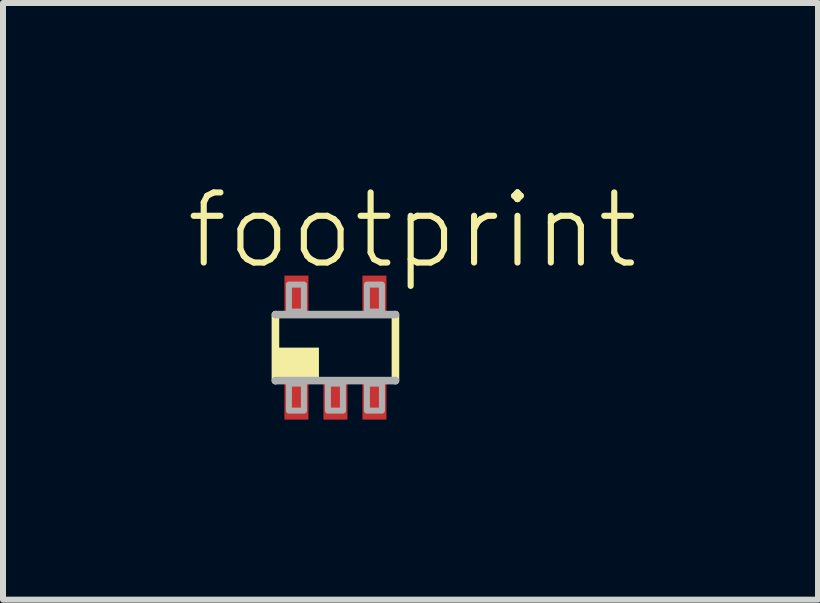
<source format=kicad_pcb>
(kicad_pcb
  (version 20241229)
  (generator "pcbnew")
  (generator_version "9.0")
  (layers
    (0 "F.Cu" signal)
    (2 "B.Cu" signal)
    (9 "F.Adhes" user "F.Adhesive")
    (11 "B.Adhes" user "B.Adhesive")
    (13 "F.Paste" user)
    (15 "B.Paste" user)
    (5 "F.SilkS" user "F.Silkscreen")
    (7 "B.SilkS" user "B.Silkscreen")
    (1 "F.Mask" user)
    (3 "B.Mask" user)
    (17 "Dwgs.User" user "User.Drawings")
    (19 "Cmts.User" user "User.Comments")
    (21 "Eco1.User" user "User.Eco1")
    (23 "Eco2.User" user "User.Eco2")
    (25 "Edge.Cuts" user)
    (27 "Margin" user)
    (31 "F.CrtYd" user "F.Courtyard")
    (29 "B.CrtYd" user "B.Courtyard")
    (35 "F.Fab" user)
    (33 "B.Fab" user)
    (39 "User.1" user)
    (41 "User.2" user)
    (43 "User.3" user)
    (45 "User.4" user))
  (footprint "footprint"
    (layer "F.Cu")
    (at 2.54 2.743)
    (property "Reference" "footprint" (at -2.54 -1.27 0) (layer "F.SilkS") (effects (font (size 1.168 1.168) (thickness 0.102)) (justify left bottom)))
    (fp_line (start -1 -0.55) (end -1 0.55) (stroke (width 0.127) (type solid)) (layer "F.SilkS"))
    (fp_line (start 1 0.55) (end 1 -0.55) (stroke (width 0.127) (type solid)) (layer "F.SilkS"))
    (fp_poly (pts (xy -0.95 0.5) (xy -0.275 0.5) (xy -0.275 0) (xy -0.95 0)) (stroke (width 0) (type solid)) (fill yes) (layer "F.SilkS"))
    (fp_line (start -1 0.55) (end 1 0.55) (stroke (width 0.127) (type solid)) (layer "F.Fab"))
    (fp_line (start 1 -0.55) (end -1 -0.55) (stroke (width 0.127) (type solid)) (layer "F.Fab"))
    (fp_poly (pts (xy -0.775 -0.6) (xy -0.525 -0.6) (xy -0.525 -1.05) (xy -0.775 -1.05)) (stroke (width 0.1) (type solid)) (fill no) (layer "F.Fab"))
    (fp_poly (pts (xy -0.775 1.05) (xy -0.525 1.05) (xy -0.525 0.6) (xy -0.775 0.6)) (stroke (width 0.1) (type solid)) (fill no) (layer "F.Fab"))
    (fp_poly (pts (xy -0.125 1.05) (xy 0.125 1.05) (xy 0.125 0.6) (xy -0.125 0.6)) (stroke (width 0.1) (type solid)) (fill no) (layer "F.Fab"))
    (fp_poly (pts (xy 0.525 -0.6) (xy 0.775 -0.6) (xy 0.775 -1.05) (xy 0.525 -1.05)) (stroke (width 0.1) (type solid)) (fill no) (layer "F.Fab"))
    (fp_poly (pts (xy 0.525 1.05) (xy 0.775 1.05) (xy 0.775 0.6) (xy 0.525 0.6)) (stroke (width 0.1) (type solid)) (fill no) (layer "F.Fab"))
    (pad "1" smd rect (at -0.65 0.85) (size 0.4 0.7) (layers "F.Cu" "F.Mask" "F.Paste"))
    (pad "2" smd rect (at 0 0.85) (size 0.4 0.7) (layers "F.Cu" "F.Mask" "F.Paste"))
    (pad "3" smd rect (at 0.65 0.85) (size 0.4 0.7) (layers "F.Cu" "F.Mask" "F.Paste"))
    (pad "4" smd rect (at 0.65 -0.85) (size 0.4 0.7) (layers "F.Cu" "F.Mask" "F.Paste"))
    (pad "5" smd rect (at -0.65 -0.85) (size 0.4 0.7) (layers "F.Cu" "F.Mask" "F.Paste")))
  (gr_rect
    (start -3 -3)
    (end 10.582 6.943)
    (stroke (width 0.1) (type default))
    (fill no)
    (layer "Edge.Cuts")))
</source>
